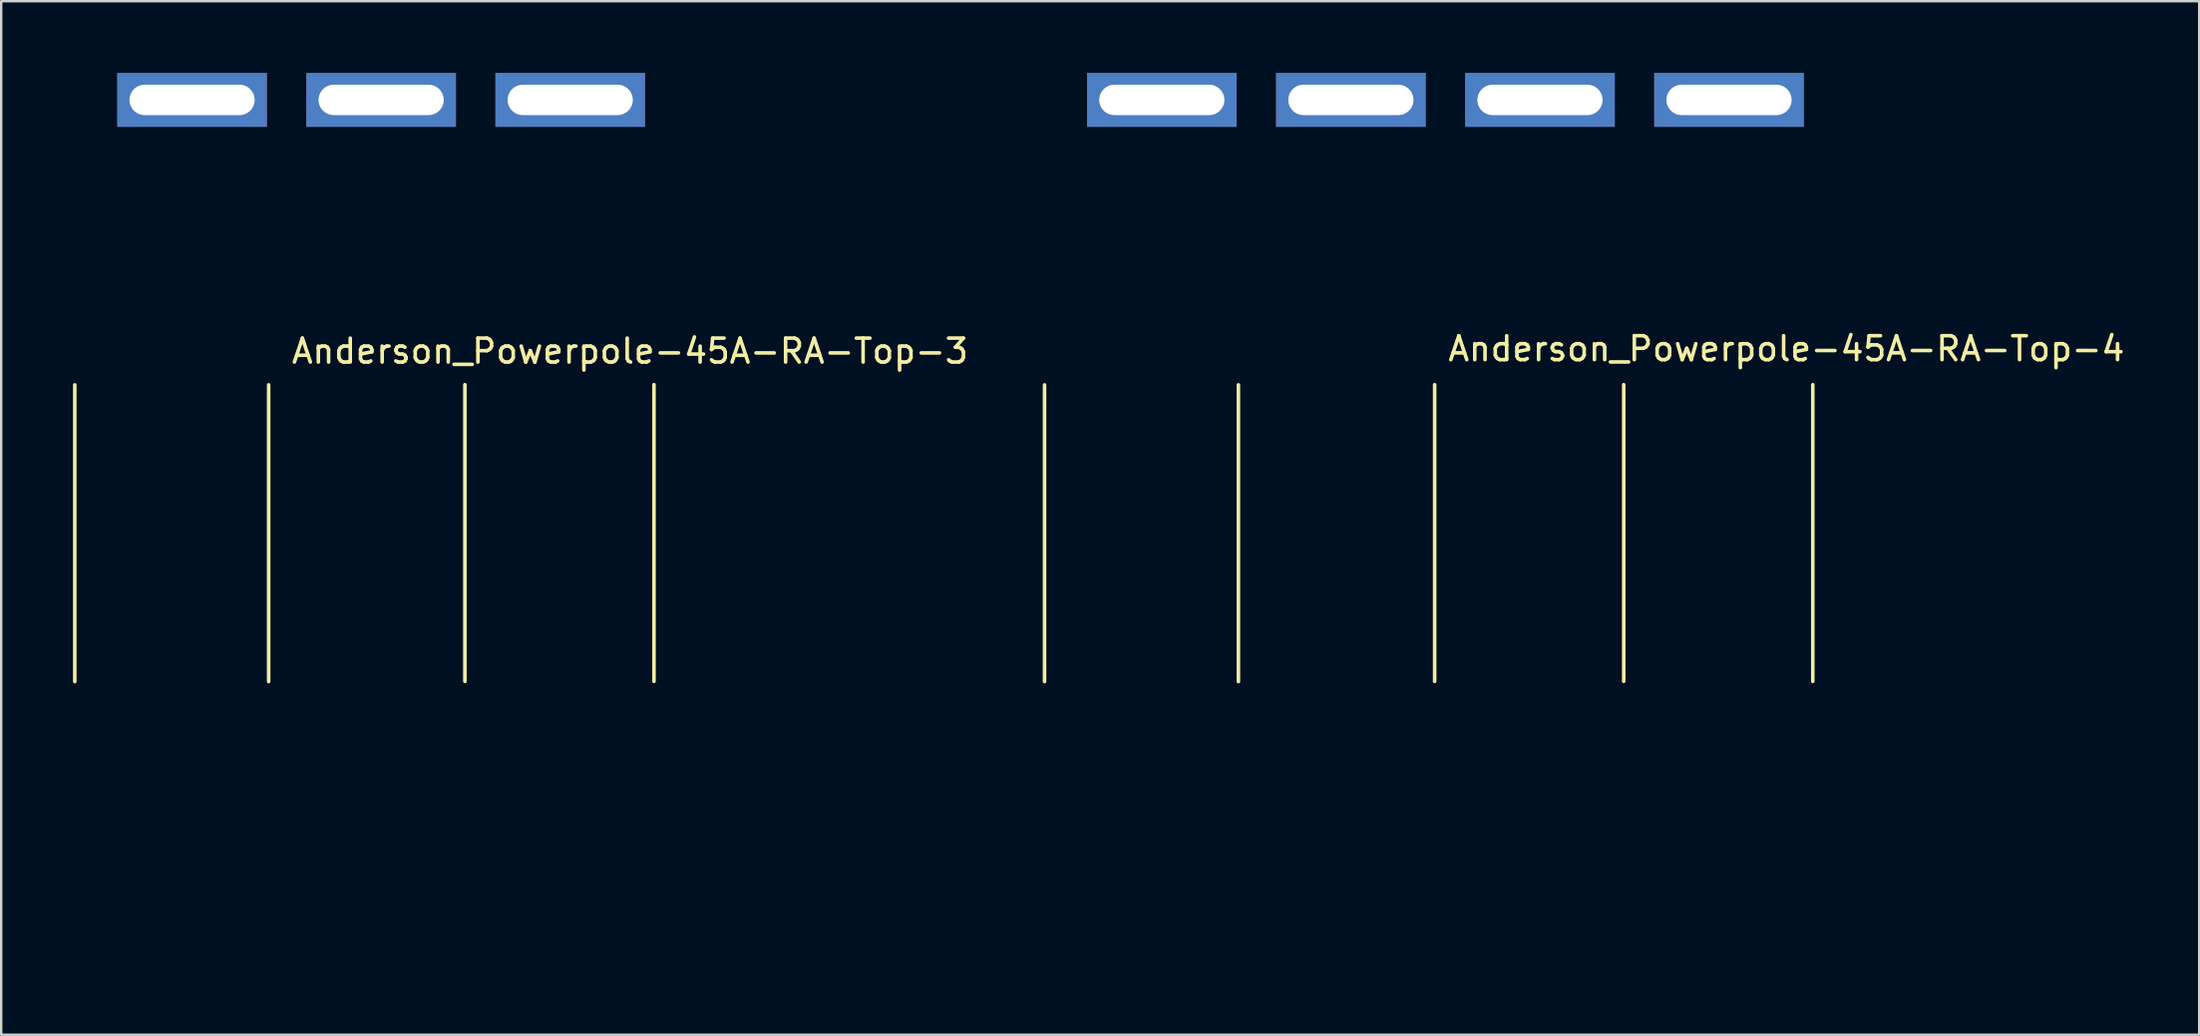
<source format=kicad_pcb>
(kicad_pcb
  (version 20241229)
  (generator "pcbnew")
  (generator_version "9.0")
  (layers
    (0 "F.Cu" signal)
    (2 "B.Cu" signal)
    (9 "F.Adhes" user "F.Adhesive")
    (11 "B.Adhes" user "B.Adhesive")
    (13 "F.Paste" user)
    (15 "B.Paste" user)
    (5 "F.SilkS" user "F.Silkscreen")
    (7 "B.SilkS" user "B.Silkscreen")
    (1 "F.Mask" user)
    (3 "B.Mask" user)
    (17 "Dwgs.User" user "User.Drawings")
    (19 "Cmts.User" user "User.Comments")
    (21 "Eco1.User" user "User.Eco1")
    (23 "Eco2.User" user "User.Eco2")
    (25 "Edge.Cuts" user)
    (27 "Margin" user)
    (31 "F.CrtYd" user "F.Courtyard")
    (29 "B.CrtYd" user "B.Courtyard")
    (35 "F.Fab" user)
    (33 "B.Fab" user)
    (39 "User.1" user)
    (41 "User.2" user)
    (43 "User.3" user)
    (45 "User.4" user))
  (footprint "Anderson_Powerpole-45A-RA-Top-3"
    (layer "F.Cu")
    (at 4.975 1.125)
    (property "Reference" "Anderson_Powerpole-45A-RA-Top-3" (at 18.3 10.5 0) (layer "F.SilkS") (effects (font (size 1 1) (thickness 0.15))))
    (attr through_hole)
    (fp_line (start -4.9 11.908) (end -4.9 24.308) (stroke (width 0.15) (type solid)) (layer "F.SilkS"))
    (fp_line (start 3.2 11.908) (end 3.2 24.308) (stroke (width 0.15) (type solid)) (layer "F.SilkS"))
    (fp_line (start 11.4 11.9) (end 11.4 24.3) (stroke (width 0.15) (type solid)) (layer "F.SilkS"))
    (fp_line (start 19.3 11.9) (end 19.3 24.3) (stroke (width 0.15) (type solid)) (layer "F.SilkS"))
    (fp_line (start 0 0) (end 0 34.492) (stroke (width 0.15) (type solid)) (layer "Eco1.User"))
    (fp_line (start 0.25 34.492) (end -0.25 34.492) (stroke (width 0.15) (type solid)) (layer "Eco1.User"))
    (fp_line (start 7.9 0) (end 7.9 34.492) (stroke (width 0.15) (type solid)) (layer "Eco1.User"))
    (fp_line (start 8.15 34.492) (end 7.65 34.492) (stroke (width 0.15) (type solid)) (layer "Eco1.User"))
    (fp_line (start 15.8 0) (end 15.8 34.492) (stroke (width 0.15) (type solid)) (layer "Eco1.User"))
    (fp_line (start 16.05 34.492) (end 15.55 34.492) (stroke (width 0.15) (type solid)) (layer "Eco1.User"))
    (fp_line (start -4.2 11.392) (end 4.2 11.392) (stroke (width 0.15) (type solid)) (layer "Eco2.User"))
    (fp_line (start -4.1 24.792) (end -4.2 11.392) (stroke (width 0.15) (type solid)) (layer "Eco2.User"))
    (fp_line (start -3.95 35.992) (end -4.1 27.392) (stroke (width 0.15) (type solid)) (layer "Eco2.User"))
    (fp_line (start 3.7 11.392) (end 12.1 11.392) (stroke (width 0.15) (type solid)) (layer "Eco2.User"))
    (fp_line (start 3.8 24.792) (end 3.7 11.392) (stroke (width 0.15) (type solid)) (layer "Eco2.User"))
    (fp_line (start 3.95 35.992) (end -3.95 35.992) (stroke (width 0.15) (type solid)) (layer "Eco2.User"))
    (fp_line (start 3.95 35.992) (end 3.8 27.392) (stroke (width 0.15) (type solid)) (layer "Eco2.User"))
    (fp_line (start 3.95 35.992) (end 4.1 27.392) (stroke (width 0.15) (type solid)) (layer "Eco2.User"))
    (fp_line (start 4.1 24.792) (end 4.2 11.392) (stroke (width 0.15) (type solid)) (layer "Eco2.User"))
    (fp_line (start 11.6 11.392) (end 20 11.392) (stroke (width 0.15) (type solid)) (layer "Eco2.User"))
    (fp_line (start 11.7 24.792) (end 11.6 11.392) (stroke (width 0.15) (type solid)) (layer "Eco2.User"))
    (fp_line (start 11.85 35.992) (end 3.95 35.992) (stroke (width 0.15) (type solid)) (layer "Eco2.User"))
    (fp_line (start 11.85 35.992) (end 11.7 27.392) (stroke (width 0.15) (type solid)) (layer "Eco2.User"))
    (fp_line (start 11.85 35.992) (end 12 27.392) (stroke (width 0.15) (type solid)) (layer "Eco2.User"))
    (fp_line (start 12 24.792) (end 12.1 11.392) (stroke (width 0.15) (type solid)) (layer "Eco2.User"))
    (fp_line (start 19.75 35.992) (end 11.85 35.992) (stroke (width 0.15) (type solid)) (layer "Eco2.User"))
    (fp_line (start 19.75 35.992) (end 19.9 27.392) (stroke (width 0.15) (type solid)) (layer "Eco2.User"))
    (fp_line (start 19.9 24.792) (end 20 11.392) (stroke (width 0.15) (type solid)) (layer "Eco2.User"))
    (fp_arc (start -4.1 24.792) (mid -3.180761 25.172761) (end -2.8 26.092) (stroke (width 0.15) (type solid)) (layer "Eco2.User"))
    (fp_arc (start -2.8 26.092) (mid -3.180761 27.011239) (end -4.1 27.392) (stroke (width 0.15) (type solid)) (layer "Eco2.User"))
    (fp_arc (start 2.8 26.092) (mid 3.180761 25.172761) (end 4.1 24.792) (stroke (width 0.15) (type solid)) (layer "Eco2.User"))
    (fp_arc (start 3.8 24.792) (mid 4.719239 25.172761) (end 5.1 26.092) (stroke (width 0.15) (type solid)) (layer "Eco2.User"))
    (fp_arc (start 4.1 27.392) (mid 3.180761 27.011239) (end 2.8 26.092) (stroke (width 0.15) (type solid)) (layer "Eco2.User"))
    (fp_arc (start 5.1 26.092) (mid 4.719239 27.011239) (end 3.8 27.392) (stroke (width 0.15) (type solid)) (layer "Eco2.User"))
    (fp_arc (start 10.7 26.092) (mid 11.080761 25.172761) (end 12 24.792) (stroke (width 0.15) (type solid)) (layer "Eco2.User"))
    (fp_arc (start 11.7 24.792) (mid 12.619239 25.172761) (end 13 26.092) (stroke (width 0.15) (type solid)) (layer "Eco2.User"))
    (fp_arc (start 12 27.392) (mid 11.080761 27.011239) (end 10.7 26.092) (stroke (width 0.15) (type solid)) (layer "Eco2.User"))
    (fp_arc (start 13 26.092) (mid 12.619239 27.011239) (end 11.7 27.392) (stroke (width 0.15) (type solid)) (layer "Eco2.User"))
    (fp_arc (start 18.6 26.092) (mid 18.980761 25.172761) (end 19.9 24.792) (stroke (width 0.15) (type solid)) (layer "Eco2.User"))
    (fp_arc (start 19.9 27.392) (mid 18.980761 27.011239) (end 18.6 26.092) (stroke (width 0.15) (type solid)) (layer "Eco2.User"))
    (pad "1" thru_hole rect (at 0 0) (size 6.25 2.25) (drill oval 5.23 1.27) (layers "*.Cu" "*.Mask"))
    (pad "2" thru_hole rect (at 7.9 0) (size 6.25 2.25) (drill oval 5.23 1.27) (layers "*.Cu" "*.Mask"))
    (pad "3" thru_hole rect (at 15.8 0) (size 6.25 2.25) (drill oval 5.23 1.27) (layers "*.Cu" "*.Mask")))
  (footprint "Anderson_Powerpole-45A-RA-Top-4"
    (layer "F.Cu")
    (at 45.494 1.125)
    (property "Reference" "Anderson_Powerpole-45A-RA-Top-4" (at 26.1 10.4 0) (layer "F.SilkS") (effects (font (size 1 1) (thickness 0.15))))
    (attr through_hole)
    (fp_line (start -4.9 11.908) (end -4.9 24.308) (stroke (width 0.15) (type solid)) (layer "F.SilkS"))
    (fp_line (start 3.2 11.908) (end 3.2 24.308) (stroke (width 0.15) (type solid)) (layer "F.SilkS"))
    (fp_line (start 11.4 11.9) (end 11.4 24.3) (stroke (width 0.15) (type solid)) (layer "F.SilkS"))
    (fp_line (start 19.3 11.9) (end 19.3 24.3) (stroke (width 0.15) (type solid)) (layer "F.SilkS"))
    (fp_line (start 27.2 11.9) (end 27.2 24.3) (stroke (width 0.15) (type solid)) (layer "F.SilkS"))
    (fp_line (start 0 0) (end 0 34.492) (stroke (width 0.15) (type solid)) (layer "Eco1.User"))
    (fp_line (start 0.25 34.492) (end -0.25 34.492) (stroke (width 0.15) (type solid)) (layer "Eco1.User"))
    (fp_line (start 7.9 0) (end 7.9 34.492) (stroke (width 0.15) (type solid)) (layer "Eco1.User"))
    (fp_line (start 8.15 34.492) (end 7.65 34.492) (stroke (width 0.15) (type solid)) (layer "Eco1.User"))
    (fp_line (start 15.8 0) (end 15.8 34.492) (stroke (width 0.15) (type solid)) (layer "Eco1.User"))
    (fp_line (start 16.05 34.492) (end 15.55 34.492) (stroke (width 0.15) (type solid)) (layer "Eco1.User"))
    (fp_line (start 23.7 0) (end 23.7 34.492) (stroke (width 0.15) (type solid)) (layer "Eco1.User"))
    (fp_line (start 23.95 34.492) (end 23.45 34.492) (stroke (width 0.15) (type solid)) (layer "Eco1.User"))
    (fp_line (start -4.2 11.392) (end 4.2 11.392) (stroke (width 0.15) (type solid)) (layer "Eco2.User"))
    (fp_line (start -4.1 24.792) (end -4.2 11.392) (stroke (width 0.15) (type solid)) (layer "Eco2.User"))
    (fp_line (start -3.95 35.992) (end -4.1 27.392) (stroke (width 0.15) (type solid)) (layer "Eco2.User"))
    (fp_line (start 3.7 11.392) (end 12.1 11.392) (stroke (width 0.15) (type solid)) (layer "Eco2.User"))
    (fp_line (start 3.8 24.792) (end 3.7 11.392) (stroke (width 0.15) (type solid)) (layer "Eco2.User"))
    (fp_line (start 3.95 35.992) (end -3.95 35.992) (stroke (width 0.15) (type solid)) (layer "Eco2.User"))
    (fp_line (start 3.95 35.992) (end 3.8 27.392) (stroke (width 0.15) (type solid)) (layer "Eco2.User"))
    (fp_line (start 3.95 35.992) (end 4.1 27.392) (stroke (width 0.15) (type solid)) (layer "Eco2.User"))
    (fp_line (start 4.1 24.792) (end 4.2 11.392) (stroke (width 0.15) (type solid)) (layer "Eco2.User"))
    (fp_line (start 11.6 11.392) (end 20 11.392) (stroke (width 0.15) (type solid)) (layer "Eco2.User"))
    (fp_line (start 11.7 24.792) (end 11.6 11.392) (stroke (width 0.15) (type solid)) (layer "Eco2.User"))
    (fp_line (start 11.85 35.992) (end 3.95 35.992) (stroke (width 0.15) (type solid)) (layer "Eco2.User"))
    (fp_line (start 11.85 35.992) (end 11.7 27.392) (stroke (width 0.15) (type solid)) (layer "Eco2.User"))
    (fp_line (start 11.85 35.992) (end 12 27.392) (stroke (width 0.15) (type solid)) (layer "Eco2.User"))
    (fp_line (start 12 24.792) (end 12.1 11.392) (stroke (width 0.15) (type solid)) (layer "Eco2.User"))
    (fp_line (start 19.5 11.392) (end 27.9 11.392) (stroke (width 0.15) (type solid)) (layer "Eco2.User"))
    (fp_line (start 19.6 24.792) (end 19.5 11.392) (stroke (width 0.15) (type solid)) (layer "Eco2.User"))
    (fp_line (start 19.75 35.992) (end 11.85 35.992) (stroke (width 0.15) (type solid)) (layer "Eco2.User"))
    (fp_line (start 19.75 35.992) (end 19.6 27.392) (stroke (width 0.15) (type solid)) (layer "Eco2.User"))
    (fp_line (start 19.75 35.992) (end 19.9 27.392) (stroke (width 0.15) (type solid)) (layer "Eco2.User"))
    (fp_line (start 19.9 24.792) (end 20 11.392) (stroke (width 0.15) (type solid)) (layer "Eco2.User"))
    (fp_line (start 27.65 35.992) (end 19.75 35.992) (stroke (width 0.15) (type solid)) (layer "Eco2.User"))
    (fp_line (start 27.65 35.992) (end 27.8 27.392) (stroke (width 0.15) (type solid)) (layer "Eco2.User"))
    (fp_line (start 27.8 24.792) (end 27.9 11.392) (stroke (width 0.15) (type solid)) (layer "Eco2.User"))
    (fp_arc (start -4.1 24.792) (mid -3.180761 25.172761) (end -2.8 26.092) (stroke (width 0.15) (type solid)) (layer "Eco2.User"))
    (fp_arc (start -2.8 26.092) (mid -3.180761 27.011239) (end -4.1 27.392) (stroke (width 0.15) (type solid)) (layer "Eco2.User"))
    (fp_arc (start 2.8 26.092) (mid 3.180761 25.172761) (end 4.1 24.792) (stroke (width 0.15) (type solid)) (layer "Eco2.User"))
    (fp_arc (start 3.8 24.792) (mid 4.719239 25.172761) (end 5.1 26.092) (stroke (width 0.15) (type solid)) (layer "Eco2.User"))
    (fp_arc (start 4.1 27.392) (mid 3.180761 27.011239) (end 2.8 26.092) (stroke (width 0.15) (type solid)) (layer "Eco2.User"))
    (fp_arc (start 5.1 26.092) (mid 4.719239 27.011239) (end 3.8 27.392) (stroke (width 0.15) (type solid)) (layer "Eco2.User"))
    (fp_arc (start 10.7 26.092) (mid 11.080761 25.172761) (end 12 24.792) (stroke (width 0.15) (type solid)) (layer "Eco2.User"))
    (fp_arc (start 11.7 24.792) (mid 12.619239 25.172761) (end 13 26.092) (stroke (width 0.15) (type solid)) (layer "Eco2.User"))
    (fp_arc (start 12 27.392) (mid 11.080761 27.011239) (end 10.7 26.092) (stroke (width 0.15) (type solid)) (layer "Eco2.User"))
    (fp_arc (start 13 26.092) (mid 12.619239 27.011239) (end 11.7 27.392) (stroke (width 0.15) (type solid)) (layer "Eco2.User"))
    (fp_arc (start 18.6 26.092) (mid 18.980761 25.172761) (end 19.9 24.792) (stroke (width 0.15) (type solid)) (layer "Eco2.User"))
    (fp_arc (start 19.6 24.792) (mid 20.519239 25.172761) (end 20.9 26.092) (stroke (width 0.15) (type solid)) (layer "Eco2.User"))
    (fp_arc (start 19.9 27.392) (mid 18.980761 27.011239) (end 18.6 26.092) (stroke (width 0.15) (type solid)) (layer "Eco2.User"))
    (fp_arc (start 20.9 26.092) (mid 20.519239 27.011239) (end 19.6 27.392) (stroke (width 0.15) (type solid)) (layer "Eco2.User"))
    (fp_arc (start 26.5 26.092) (mid 26.880761 25.172761) (end 27.8 24.792) (stroke (width 0.15) (type solid)) (layer "Eco2.User"))
    (fp_arc (start 27.8 27.392) (mid 26.880761 27.011239) (end 26.5 26.092) (stroke (width 0.15) (type solid)) (layer "Eco2.User"))
    (pad "1" thru_hole rect (at 0 0) (size 6.25 2.25) (drill oval 5.23 1.27) (layers "*.Cu" "*.Mask"))
    (pad "2" thru_hole rect (at 7.9 0) (size 6.25 2.25) (drill oval 5.23 1.27) (layers "*.Cu" "*.Mask"))
    (pad "3" thru_hole rect (at 15.8 0) (size 6.25 2.25) (drill oval 5.23 1.27) (layers "*.Cu" "*.Mask"))
    (pad "4" thru_hole rect (at 23.7 0) (size 6.25 2.25) (drill oval 5.23 1.27) (layers "*.Cu" "*.Mask")))
  (gr_rect
    (start -3 -3)
    (end 88.838 40.192)
    (stroke (width 0.1) (type default))
    (fill no)
    (layer "Edge.Cuts")))
</source>
